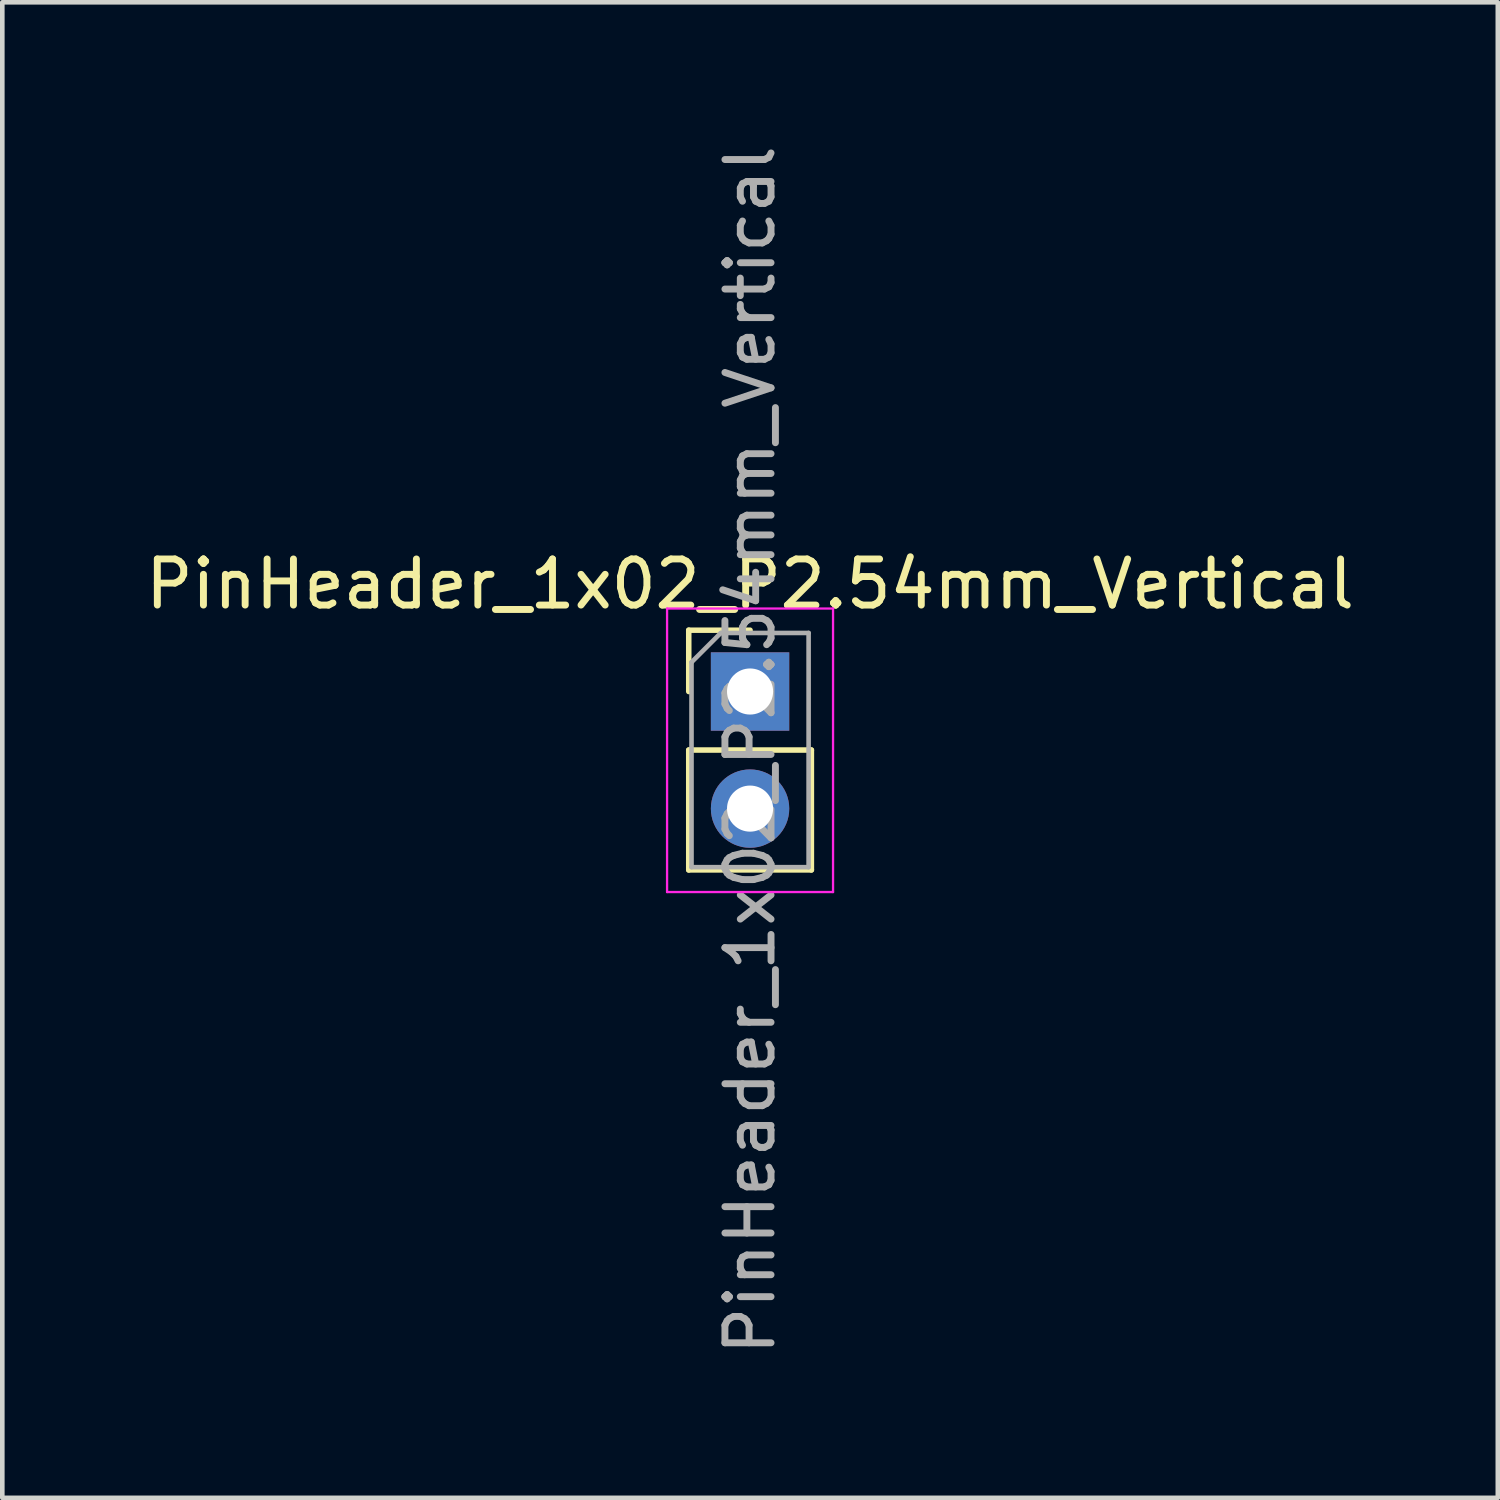
<source format=kicad_pcb>
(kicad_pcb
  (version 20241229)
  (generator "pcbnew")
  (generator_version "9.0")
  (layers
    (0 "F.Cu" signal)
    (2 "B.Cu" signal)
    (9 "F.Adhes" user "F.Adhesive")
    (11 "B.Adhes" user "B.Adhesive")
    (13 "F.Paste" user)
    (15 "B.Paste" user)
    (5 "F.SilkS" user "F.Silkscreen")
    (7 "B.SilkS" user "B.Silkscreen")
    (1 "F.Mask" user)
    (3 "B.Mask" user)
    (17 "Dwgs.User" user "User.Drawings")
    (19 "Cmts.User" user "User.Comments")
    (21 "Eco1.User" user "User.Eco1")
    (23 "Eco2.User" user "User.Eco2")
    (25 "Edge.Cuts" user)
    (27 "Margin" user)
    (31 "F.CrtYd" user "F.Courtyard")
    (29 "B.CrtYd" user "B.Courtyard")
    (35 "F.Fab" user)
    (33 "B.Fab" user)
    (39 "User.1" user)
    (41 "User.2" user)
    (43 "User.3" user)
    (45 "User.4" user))
  (footprint "PinHeader_1x02_P2.54mm_Vertical"
    (layer "F.Cu")
    (at 13.22 11.95)
    (property "Reference" "PinHeader_1x02_P2.54mm_Vertical" (at 0 -2.33 0) (layer "F.SilkS") (effects (font (size 1 1) (thickness 0.15))))
    (attr through_hole)
    (fp_line (start -1.33 -1.33) (end 0 -1.33) (stroke (width 0.12) (type solid)) (layer "F.SilkS"))
    (fp_line (start -1.33 0) (end -1.33 -1.33) (stroke (width 0.12) (type solid)) (layer "F.SilkS"))
    (fp_line (start -1.33 1.27) (end -1.33 3.87) (stroke (width 0.12) (type solid)) (layer "F.SilkS"))
    (fp_line (start -1.33 1.27) (end 1.33 1.27) (stroke (width 0.12) (type solid)) (layer "F.SilkS"))
    (fp_line (start -1.33 3.87) (end 1.33 3.87) (stroke (width 0.12) (type solid)) (layer "F.SilkS"))
    (fp_line (start 1.33 1.27) (end 1.33 3.87) (stroke (width 0.12) (type solid)) (layer "F.SilkS"))
    (fp_line (start -1.8 -1.8) (end -1.8 4.35) (stroke (width 0.05) (type solid)) (layer "F.CrtYd"))
    (fp_line (start -1.8 4.35) (end 1.8 4.35) (stroke (width 0.05) (type solid)) (layer "F.CrtYd"))
    (fp_line (start 1.8 -1.8) (end -1.8 -1.8) (stroke (width 0.05) (type solid)) (layer "F.CrtYd"))
    (fp_line (start 1.8 4.35) (end 1.8 -1.8) (stroke (width 0.05) (type solid)) (layer "F.CrtYd"))
    (fp_line (start -1.27 -0.635) (end -0.635 -1.27) (stroke (width 0.1) (type solid)) (layer "F.Fab"))
    (fp_line (start -1.27 3.81) (end -1.27 -0.635) (stroke (width 0.1) (type solid)) (layer "F.Fab"))
    (fp_line (start -0.635 -1.27) (end 1.27 -1.27) (stroke (width 0.1) (type solid)) (layer "F.Fab"))
    (fp_line (start 1.27 -1.27) (end 1.27 3.81) (stroke (width 0.1) (type solid)) (layer "F.Fab"))
    (fp_line (start 1.27 3.81) (end -1.27 3.81) (stroke (width 0.1) (type solid)) (layer "F.Fab"))
    (fp_text user "${REFERENCE}" (at 0 1.27 90) (layer "F.Fab") (effects (font (size 1 1) (thickness 0.15))))
    (pad "S" thru_hole oval (at 0 2.54) (size 1.7 1.7) (drill 1) (layers "*.Cu" "*.Mask"))
    (pad "T" thru_hole rect (at 0 0) (size 1.7 1.7) (drill 1) (layers "*.Cu" "*.Mask")))
  (gr_rect
    (start -3 -3)
    (end 29.44 29.44)
    (stroke (width 0.1) (type default))
    (fill no)
    (layer "Edge.Cuts")))
</source>
